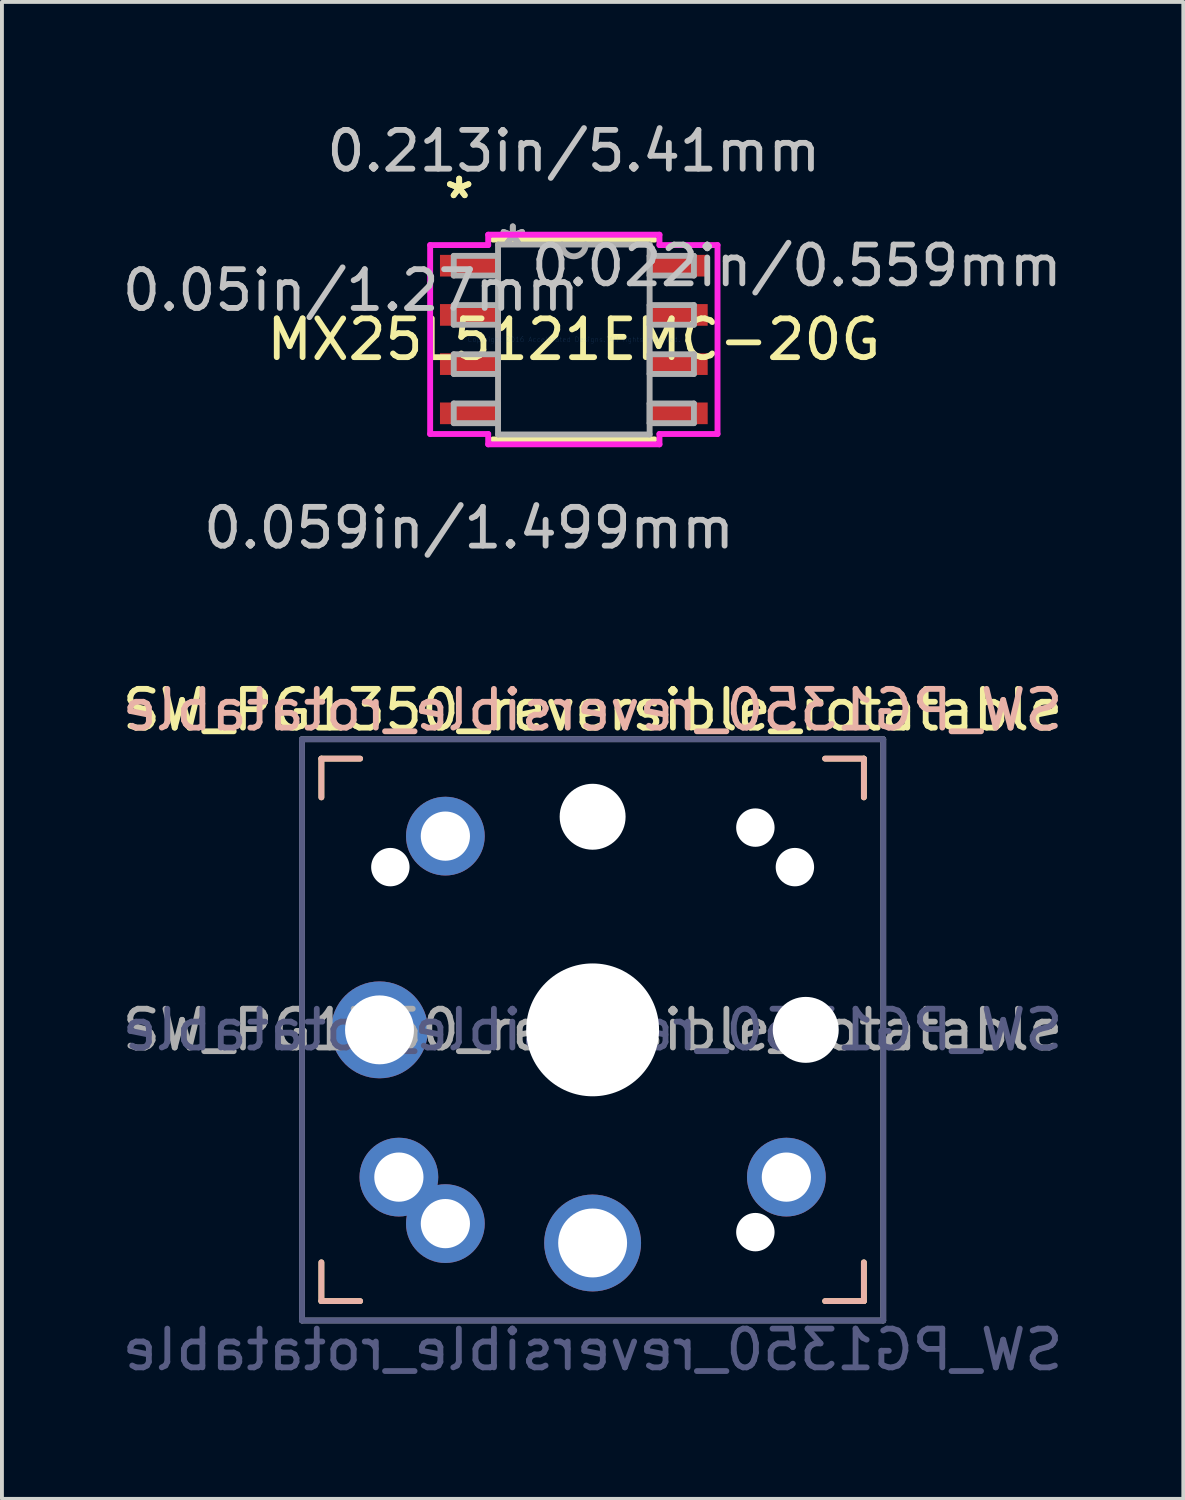
<source format=kicad_pcb>
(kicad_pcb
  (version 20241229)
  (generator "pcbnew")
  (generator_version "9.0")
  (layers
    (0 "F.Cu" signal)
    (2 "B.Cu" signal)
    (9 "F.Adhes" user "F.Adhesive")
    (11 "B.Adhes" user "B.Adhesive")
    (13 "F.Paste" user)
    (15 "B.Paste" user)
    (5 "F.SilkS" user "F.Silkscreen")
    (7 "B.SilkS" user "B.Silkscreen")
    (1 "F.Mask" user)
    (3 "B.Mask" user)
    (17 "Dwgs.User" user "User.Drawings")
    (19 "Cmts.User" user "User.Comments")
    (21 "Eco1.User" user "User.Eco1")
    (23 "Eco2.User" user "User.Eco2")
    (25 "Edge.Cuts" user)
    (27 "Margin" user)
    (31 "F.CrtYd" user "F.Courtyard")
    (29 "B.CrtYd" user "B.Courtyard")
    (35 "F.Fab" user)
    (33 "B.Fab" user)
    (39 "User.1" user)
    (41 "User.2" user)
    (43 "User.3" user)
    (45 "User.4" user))
  (footprint "SW_PG1350_reversible_rotatable"
    (layer "F.Cu")
    (at 12.244 23.528)
    (property "Reference" "SW_PG1350_reversible_rotatable" (at 0 -8.255 0) (layer "F.SilkS") (effects (font (size 1 1) (thickness 0.15))))
    (property "Value" "SW_PG1350_reversible_rotatable" (at 0 8.255 0) (layer "F.Fab") (hide yes) (effects (font (size 1 1) (thickness 0.15))))
    (attr through_hole)
    (fp_line (start -7 -7) (end -6 -7) (stroke (width 0.15) (type solid)) (layer "F.SilkS"))
    (fp_line (start -7 -6) (end -7 -7) (stroke (width 0.15) (type solid)) (layer "F.SilkS"))
    (fp_line (start -7 7) (end -7 6) (stroke (width 0.15) (type solid)) (layer "F.SilkS"))
    (fp_line (start -6 7) (end -7 7) (stroke (width 0.15) (type solid)) (layer "F.SilkS"))
    (fp_line (start 6 -7) (end 7 -7) (stroke (width 0.15) (type solid)) (layer "F.SilkS"))
    (fp_line (start 7 -7) (end 7 -6) (stroke (width 0.15) (type solid)) (layer "F.SilkS"))
    (fp_line (start 7 6) (end 7 7) (stroke (width 0.15) (type solid)) (layer "F.SilkS"))
    (fp_line (start 7 7) (end 6 7) (stroke (width 0.15) (type solid)) (layer "F.SilkS"))
    (fp_line (start -7 -7) (end -6 -7) (stroke (width 0.15) (type solid)) (layer "B.SilkS"))
    (fp_line (start -7 -6) (end -7 -7) (stroke (width 0.15) (type solid)) (layer "B.SilkS"))
    (fp_line (start -7 7) (end -7 6) (stroke (width 0.15) (type solid)) (layer "B.SilkS"))
    (fp_line (start -6 7) (end -7 7) (stroke (width 0.15) (type solid)) (layer "B.SilkS"))
    (fp_line (start 6 -7) (end 7 -7) (stroke (width 0.15) (type solid)) (layer "B.SilkS"))
    (fp_line (start 7 -7) (end 7 -6) (stroke (width 0.15) (type solid)) (layer "B.SilkS"))
    (fp_line (start 7 6) (end 7 7) (stroke (width 0.15) (type solid)) (layer "B.SilkS"))
    (fp_line (start 7 7) (end 6 7) (stroke (width 0.15) (type solid)) (layer "B.SilkS"))
    (fp_line (start -6.9 6.9) (end -6.9 -6.9) (stroke (width 0.15) (type solid)) (layer "Eco2.User"))
    (fp_line (start -6.9 6.9) (end 6.9 6.9) (stroke (width 0.15) (type solid)) (layer "Eco2.User"))
    (fp_line (start -2.6 -3.1) (end -2.6 -6.3) (stroke (width 0.15) (type solid)) (layer "Eco2.User"))
    (fp_line (start -2.6 -3.1) (end 2.6 -3.1) (stroke (width 0.15) (type solid)) (layer "Eco2.User"))
    (fp_line (start 2.6 -6.3) (end -2.6 -6.3) (stroke (width 0.15) (type solid)) (layer "Eco2.User"))
    (fp_line (start 2.6 -3.1) (end 2.6 -6.3) (stroke (width 0.15) (type solid)) (layer "Eco2.User"))
    (fp_line (start 6.9 -6.9) (end -6.9 -6.9) (stroke (width 0.15) (type solid)) (layer "Eco2.User"))
    (fp_line (start 6.9 -6.9) (end 6.9 6.9) (stroke (width 0.15) (type solid)) (layer "Eco2.User"))
    (fp_line (start -7.5 -7.5) (end 7.5 -7.5) (stroke (width 0.15) (type solid)) (layer "B.Fab"))
    (fp_line (start -7.5 7.5) (end -7.5 -7.5) (stroke (width 0.15) (type solid)) (layer "B.Fab"))
    (fp_line (start 7.5 -7.5) (end 7.5 7.5) (stroke (width 0.15) (type solid)) (layer "B.Fab"))
    (fp_line (start 7.5 7.5) (end -7.5 7.5) (stroke (width 0.15) (type solid)) (layer "B.Fab"))
    (fp_line (start -7.5 -7.5) (end 7.5 -7.5) (stroke (width 0.15) (type solid)) (layer "F.Fab"))
    (fp_line (start -7.5 7.5) (end -7.5 -7.5) (stroke (width 0.15) (type solid)) (layer "F.Fab"))
    (fp_line (start 7.5 -7.5) (end 7.5 7.5) (stroke (width 0.15) (type solid)) (layer "F.Fab"))
    (fp_line (start 7.5 7.5) (end -7.5 7.5) (stroke (width 0.15) (type solid)) (layer "F.Fab"))
    (fp_text user "${REFERENCE}" (at 0 -8.255 0) (layer "B.SilkS") (effects (font (size 1 1) (thickness 0.15)) (justify mirror)))
    (fp_text user "${VALUE}" (at 0 8.255 0) (layer "B.Fab") (effects (font (size 1 1) (thickness 0.15)) (justify mirror)))
    (fp_text user "${REFERENCE}" (at 0 0 0) (layer "B.Fab") (effects (font (size 1 1) (thickness 0.15)) (justify mirror)))
    (fp_text user "${REFERENCE}" (at 0 0 0) (layer "F.Fab") (effects (font (size 1 1) (thickness 0.15))))
    (pad "" np_thru_hole circle (at -5.22 -4.2) (size 0.991 0.991) (drill 0.991) (layers "*.Cu" "*.Mask"))
    (pad "" np_thru_hole circle (at 0 -5.5) (size 1.702 1.702) (drill 1.702) (layers "*.Cu" "*.Mask"))
    (pad "" np_thru_hole circle (at 0 0) (size 3.429 3.429) (drill 3.429) (layers "*.Cu" "*.Mask"))
    (pad "" np_thru_hole circle (at 4.2 -5.22) (size 0.991 0.991) (drill 0.991) (layers "*.Cu" "*.Mask"))
    (pad "" np_thru_hole circle (at 4.2 5.22) (size 0.991 0.991) (drill 0.991) (layers "*.Cu" "*.Mask"))
    (pad "" np_thru_hole circle (at 5.22 -4.2) (size 0.991 0.991) (drill 0.991) (layers "*.Cu" "*.Mask"))
    (pad "" np_thru_hole circle (at 5.5 0) (size 1.702 1.702) (drill 1.702) (layers "*.Cu" "*.Mask"))
    (pad "1" thru_hole circle (at -5.5 0) (size 2.5 2.5) (drill 1.778) (layers "*.Cu" "*.Mask"))
    (pad "1" thru_hole circle (at 0 5.5) (size 2.5 2.5) (drill 1.778) (layers "*.Cu" "*.Mask"))
    (pad "2" thru_hole circle (at -5 3.8) (size 2.032 2.032) (drill 1.27) (layers "*.Cu" "*.Mask"))
    (pad "2" thru_hole circle (at -3.8 -5) (size 2.032 2.032) (drill 1.27) (layers "*.Cu" "*.Mask"))
    (pad "2" thru_hole circle (at -3.8 5) (size 2.032 2.032) (drill 1.27) (layers "*.Cu" "*.Mask"))
    (pad "2" thru_hole circle (at 5 3.8) (size 2.032 2.032) (drill 1.27) (layers "*.Cu" "*.Mask")))
  (footprint "MX25L5121EMC-20G"
    (layer "F.Cu")
    (at 11.759 5.712)
    (property "Reference" "MX25L5121EMC-20G" (at 0 0 0) (layer "F.SilkS") (effects (font (size 1 1) (thickness 0.15))))
    (attr through_hole)
    (fp_line (start -2.083 2.578) (end 2.083 2.578) (stroke (width 0.152) (type solid)) (layer "F.SilkS"))
    (fp_line (start 2.083 -2.578) (end -2.083 -2.578) (stroke (width 0.152) (type solid)) (layer "F.SilkS"))
    (fp_line (start -3.708 -2.438) (end -2.21 -2.438) (stroke (width 0.152) (type solid)) (layer "F.CrtYd"))
    (fp_line (start -3.708 2.438) (end -3.708 -2.438) (stroke (width 0.152) (type solid)) (layer "F.CrtYd"))
    (fp_line (start -2.21 -2.705) (end 2.21 -2.705) (stroke (width 0.152) (type solid)) (layer "F.CrtYd"))
    (fp_line (start -2.21 -2.438) (end -2.21 -2.705) (stroke (width 0.152) (type solid)) (layer "F.CrtYd"))
    (fp_line (start -2.21 2.438) (end -3.708 2.438) (stroke (width 0.152) (type solid)) (layer "F.CrtYd"))
    (fp_line (start -2.21 2.705) (end -2.21 2.438) (stroke (width 0.152) (type solid)) (layer "F.CrtYd"))
    (fp_line (start 2.21 -2.705) (end 2.21 -2.438) (stroke (width 0.152) (type solid)) (layer "F.CrtYd"))
    (fp_line (start 2.21 -2.438) (end 3.708 -2.438) (stroke (width 0.152) (type solid)) (layer "F.CrtYd"))
    (fp_line (start 2.21 2.438) (end 2.21 2.705) (stroke (width 0.152) (type solid)) (layer "F.CrtYd"))
    (fp_line (start 2.21 2.705) (end -2.21 2.705) (stroke (width 0.152) (type solid)) (layer "F.CrtYd"))
    (fp_line (start 3.708 -2.438) (end 3.708 2.438) (stroke (width 0.152) (type solid)) (layer "F.CrtYd"))
    (fp_line (start 3.708 2.438) (end 2.21 2.438) (stroke (width 0.152) (type solid)) (layer "F.CrtYd"))
    (fp_line (start -3.099 -2.159) (end -3.099 -1.651) (stroke (width 0.152) (type solid)) (layer "F.Fab"))
    (fp_line (start -3.099 -1.651) (end -1.956 -1.651) (stroke (width 0.152) (type solid)) (layer "F.Fab"))
    (fp_line (start -3.099 -0.889) (end -3.099 -0.381) (stroke (width 0.152) (type solid)) (layer "F.Fab"))
    (fp_line (start -3.099 -0.381) (end -1.956 -0.381) (stroke (width 0.152) (type solid)) (layer "F.Fab"))
    (fp_line (start -3.099 0.381) (end -3.099 0.889) (stroke (width 0.152) (type solid)) (layer "F.Fab"))
    (fp_line (start -3.099 0.889) (end -1.956 0.889) (stroke (width 0.152) (type solid)) (layer "F.Fab"))
    (fp_line (start -3.099 1.651) (end -3.099 2.159) (stroke (width 0.152) (type solid)) (layer "F.Fab"))
    (fp_line (start -3.099 2.159) (end -1.956 2.159) (stroke (width 0.152) (type solid)) (layer "F.Fab"))
    (fp_line (start -1.956 -2.451) (end -1.956 2.451) (stroke (width 0.152) (type solid)) (layer "F.Fab"))
    (fp_line (start -1.956 -2.159) (end -3.099 -2.159) (stroke (width 0.152) (type solid)) (layer "F.Fab"))
    (fp_line (start -1.956 -1.651) (end -1.956 -2.159) (stroke (width 0.152) (type solid)) (layer "F.Fab"))
    (fp_line (start -1.956 -0.889) (end -3.099 -0.889) (stroke (width 0.152) (type solid)) (layer "F.Fab"))
    (fp_line (start -1.956 -0.381) (end -1.956 -0.889) (stroke (width 0.152) (type solid)) (layer "F.Fab"))
    (fp_line (start -1.956 0.381) (end -3.099 0.381) (stroke (width 0.152) (type solid)) (layer "F.Fab"))
    (fp_line (start -1.956 0.889) (end -1.956 0.381) (stroke (width 0.152) (type solid)) (layer "F.Fab"))
    (fp_line (start -1.956 1.651) (end -3.099 1.651) (stroke (width 0.152) (type solid)) (layer "F.Fab"))
    (fp_line (start -1.956 2.159) (end -1.956 1.651) (stroke (width 0.152) (type solid)) (layer "F.Fab"))
    (fp_line (start -1.956 2.451) (end 1.956 2.451) (stroke (width 0.152) (type solid)) (layer "F.Fab"))
    (fp_line (start 1.956 -2.451) (end -1.956 -2.451) (stroke (width 0.152) (type solid)) (layer "F.Fab"))
    (fp_line (start 1.956 -2.159) (end 1.956 -1.651) (stroke (width 0.152) (type solid)) (layer "F.Fab"))
    (fp_line (start 1.956 -1.651) (end 3.099 -1.651) (stroke (width 0.152) (type solid)) (layer "F.Fab"))
    (fp_line (start 1.956 -0.889) (end 1.956 -0.381) (stroke (width 0.152) (type solid)) (layer "F.Fab"))
    (fp_line (start 1.956 -0.381) (end 3.099 -0.381) (stroke (width 0.152) (type solid)) (layer "F.Fab"))
    (fp_line (start 1.956 0.381) (end 1.956 0.889) (stroke (width 0.152) (type solid)) (layer "F.Fab"))
    (fp_line (start 1.956 0.889) (end 3.099 0.889) (stroke (width 0.152) (type solid)) (layer "F.Fab"))
    (fp_line (start 1.956 1.651) (end 1.956 2.159) (stroke (width 0.152) (type solid)) (layer "F.Fab"))
    (fp_line (start 1.956 2.159) (end 3.099 2.159) (stroke (width 0.152) (type solid)) (layer "F.Fab"))
    (fp_line (start 1.956 2.451) (end 1.956 -2.451) (stroke (width 0.152) (type solid)) (layer "F.Fab"))
    (fp_line (start 3.099 -2.159) (end 1.956 -2.159) (stroke (width 0.152) (type solid)) (layer "F.Fab"))
    (fp_line (start 3.099 -1.651) (end 3.099 -2.159) (stroke (width 0.152) (type solid)) (layer "F.Fab"))
    (fp_line (start 3.099 -0.889) (end 1.956 -0.889) (stroke (width 0.152) (type solid)) (layer "F.Fab"))
    (fp_line (start 3.099 -0.381) (end 3.099 -0.889) (stroke (width 0.152) (type solid)) (layer "F.Fab"))
    (fp_line (start 3.099 0.381) (end 1.956 0.381) (stroke (width 0.152) (type solid)) (layer "F.Fab"))
    (fp_line (start 3.099 0.889) (end 3.099 0.381) (stroke (width 0.152) (type solid)) (layer "F.Fab"))
    (fp_line (start 3.099 1.651) (end 1.956 1.651) (stroke (width 0.152) (type solid)) (layer "F.Fab"))
    (fp_line (start 3.099 2.159) (end 3.099 1.651) (stroke (width 0.152) (type solid)) (layer "F.Fab"))
    (fp_arc (start 0.3048 -2.4511) (mid 0 -2.1463) (end -0.3048 -2.4511) (stroke (width 0.1524) (type solid)) (layer "F.Fab"))
    (fp_text user "*" (at -2.959 -3.607 0) (layer "F.SilkS") (effects (font (size 1 1) (thickness 0.15))))
    (fp_text user "*" (at -2.959 -3.607 0) (layer "F.SilkS") (effects (font (size 1 1) (thickness 0.15))))
    (fp_text user "0.022in/0.559mm" (at 5.753 -1.905 0) (layer "Dwgs.User") (effects (font (size 1 1) (thickness 0.15))))
    (fp_text user "0.059in/1.499mm" (at -2.705 4.864 0) (layer "Dwgs.User") (effects (font (size 1 1) (thickness 0.15))))
    (fp_text user "0.213in/5.41mm" (at 0 -4.864 0) (layer "Dwgs.User") (effects (font (size 1 1) (thickness 0.15))))
    (fp_text user "0.05in/1.27mm" (at -5.753 -1.27 0) (layer "Dwgs.User") (effects (font (size 1 1) (thickness 0.15))))
    (fp_text user "Copyright 2016 Accelerated Designs. All rights reserved." (at 0 0 0) (layer "Cmts.User") (effects (font (size 0.127 0.127) (thickness 0.002))))
    (fp_text user "*" (at -1.575 -2.375 0) (layer "F.Fab") (effects (font (size 1 1) (thickness 0.15))))
    (fp_text user "*" (at -1.575 -2.375 0) (layer "F.Fab") (effects (font (size 1 1) (thickness 0.15))))
    (pad "1" smd rect (at -2.705 -1.905) (size 1.499 0.559) (layers "F.Cu" "F.Mask" "F.Paste"))
    (pad "2" smd rect (at -2.705 -0.635) (size 1.499 0.559) (layers "F.Cu" "F.Mask" "F.Paste"))
    (pad "3" smd rect (at -2.705 0.635) (size 1.499 0.559) (layers "F.Cu" "F.Mask" "F.Paste"))
    (pad "4" smd rect (at -2.705 1.905) (size 1.499 0.559) (layers "F.Cu" "F.Mask" "F.Paste"))
    (pad "5" smd rect (at 2.705 1.905) (size 1.499 0.559) (layers "F.Cu" "F.Mask" "F.Paste"))
    (pad "6" smd rect (at 2.705 0.635) (size 1.499 0.559) (layers "F.Cu" "F.Mask" "F.Paste"))
    (pad "7" smd rect (at 2.705 -0.635) (size 1.499 0.559) (layers "F.Cu" "F.Mask" "F.Paste"))
    (pad "8" smd rect (at 2.705 -1.905) (size 1.499 0.559) (layers "F.Cu" "F.Mask" "F.Paste")))
  (gr_rect
    (start -3 -3)
    (end 27.488 35.631)
    (stroke (width 0.1) (type default))
    (fill no)
    (layer "Edge.Cuts")))
</source>
